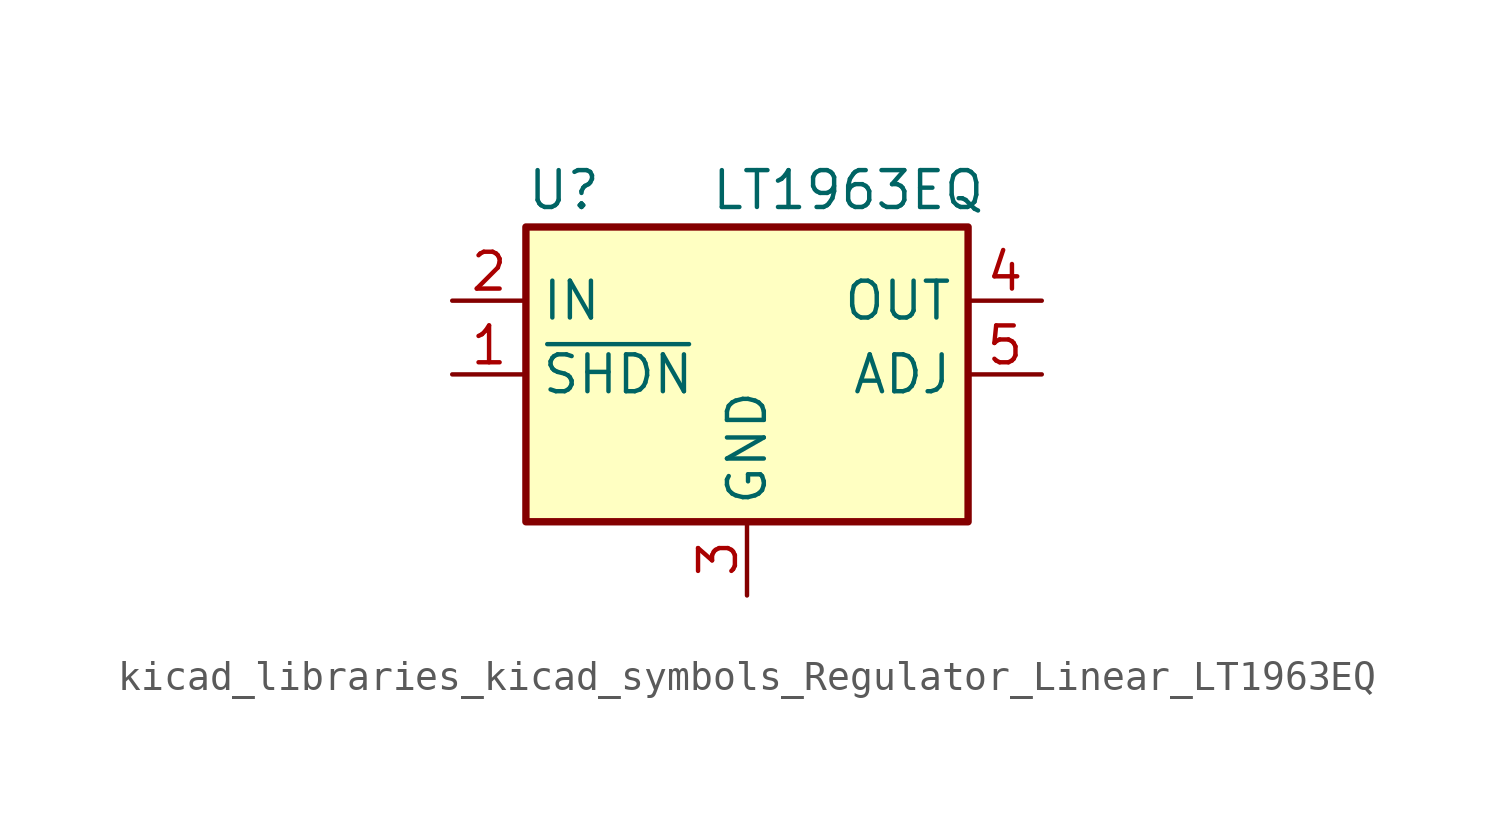
<source format=kicad_sym>
(kicad_symbol_lib
  (version 20220914)
  (generator kicad_symbol_editor)
  (symbol "kicad_libraries_kicad_symbols_Regulator_Linear_LT1963EQ"
    (property "Reference" "U"
      (at -7.62 6.35 0)
      (effects (font (size 1.27 1.27)) (justify left)))
    (property "Value" "LT1963EQ"
      (at -1.27 6.35 0)
      (effects (font (size 1.27 1.27)) (justify left)))
    (symbol "kicad_libraries_kicad_symbols_Regulator_Linear_LT1963EQ_0_1"
      (rectangle (start -7.62 5.08) (end 7.62 -5.08) (stroke (width 0.254) (type default)) (fill (type background))))
    (symbol "kicad_libraries_kicad_symbols_Regulator_Linear_LT1963EQ_1_1"
      (pin input line (at -10.16 0 0) (length 2.54) (name "~{SHDN}" (effects (font (size 1.27 1.27)))) (number "1" (effects (font (size 1.27 1.27)))))
      (pin power_in line (at -10.16 2.54 0) (length 2.54) (name "IN" (effects (font (size 1.27 1.27)))) (number "2" (effects (font (size 1.27 1.27)))))
      (pin power_in line (at 0 -7.62 90) (length 2.54) (name "GND" (effects (font (size 1.27 1.27)))) (number "3" (effects (font (size 1.27 1.27)))))
      (pin power_out line (at 10.16 2.54 180) (length 2.54) (name "OUT" (effects (font (size 1.27 1.27)))) (number "4" (effects (font (size 1.27 1.27)))))
      (pin input line (at 10.16 0 180) (length 2.54) (name "ADJ" (effects (font (size 1.27 1.27)))) (number "5" (effects (font (size 1.27 1.27))))))))
</source>
